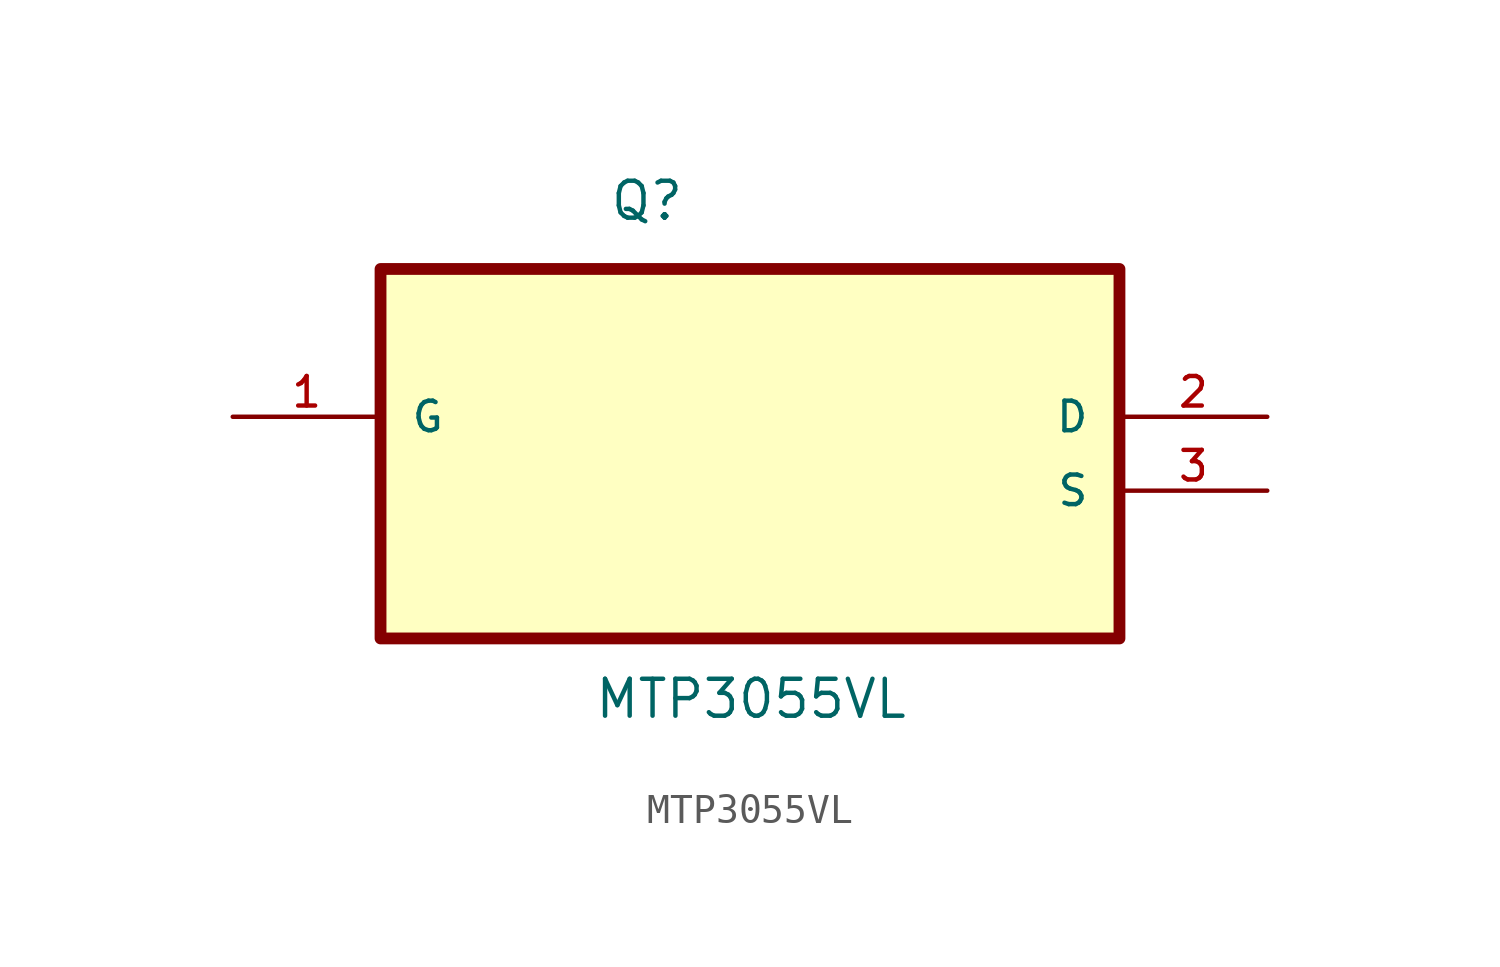
<source format=kicad_sym>
(kicad_symbol_lib
  (version 20211014)
  (generator kicad_symbol_editor)
  (symbol "MTP3055VL"
    (pin_names
      (offset 1.016))
    (property "Reference" "Q"
      (at -4.851 4.14 0)
      (effects (font (size 1.27 1.27)) (justify left bottom)))
    (property "Value" "MTP3055VL"
      (at -5.385 -12.979 0)
      (effects (font (size 1.27 1.27)) (justify left bottom)))
    (property "ki_locked" ""
      (at 0 0 0)
      (effects (font (size 1.27 1.27))))
    (symbol "MTP3055VL_0_0"
      (rectangle (start -12.7 -10.16) (end 12.7 2.54) (stroke (width 0.406) (type default) (color 0 0 0 0)) (fill (type background)))
      (pin passive line (at -17.78 -2.54 0) (length 5.08) (name "G" (effects (font (size 1.016 1.016)))) (number "1" (effects (font (size 1.016 1.016)))))
      (pin passive line (at 17.78 -2.54 180) (length 5.08) (name "D" (effects (font (size 1.016 1.016)))) (number "2" (effects (font (size 1.016 1.016)))))
      (pin passive line (at 17.78 -5.08 180) (length 5.08) (name "S" (effects (font (size 1.016 1.016)))) (number "3" (effects (font (size 1.016 1.016))))))))
</source>
